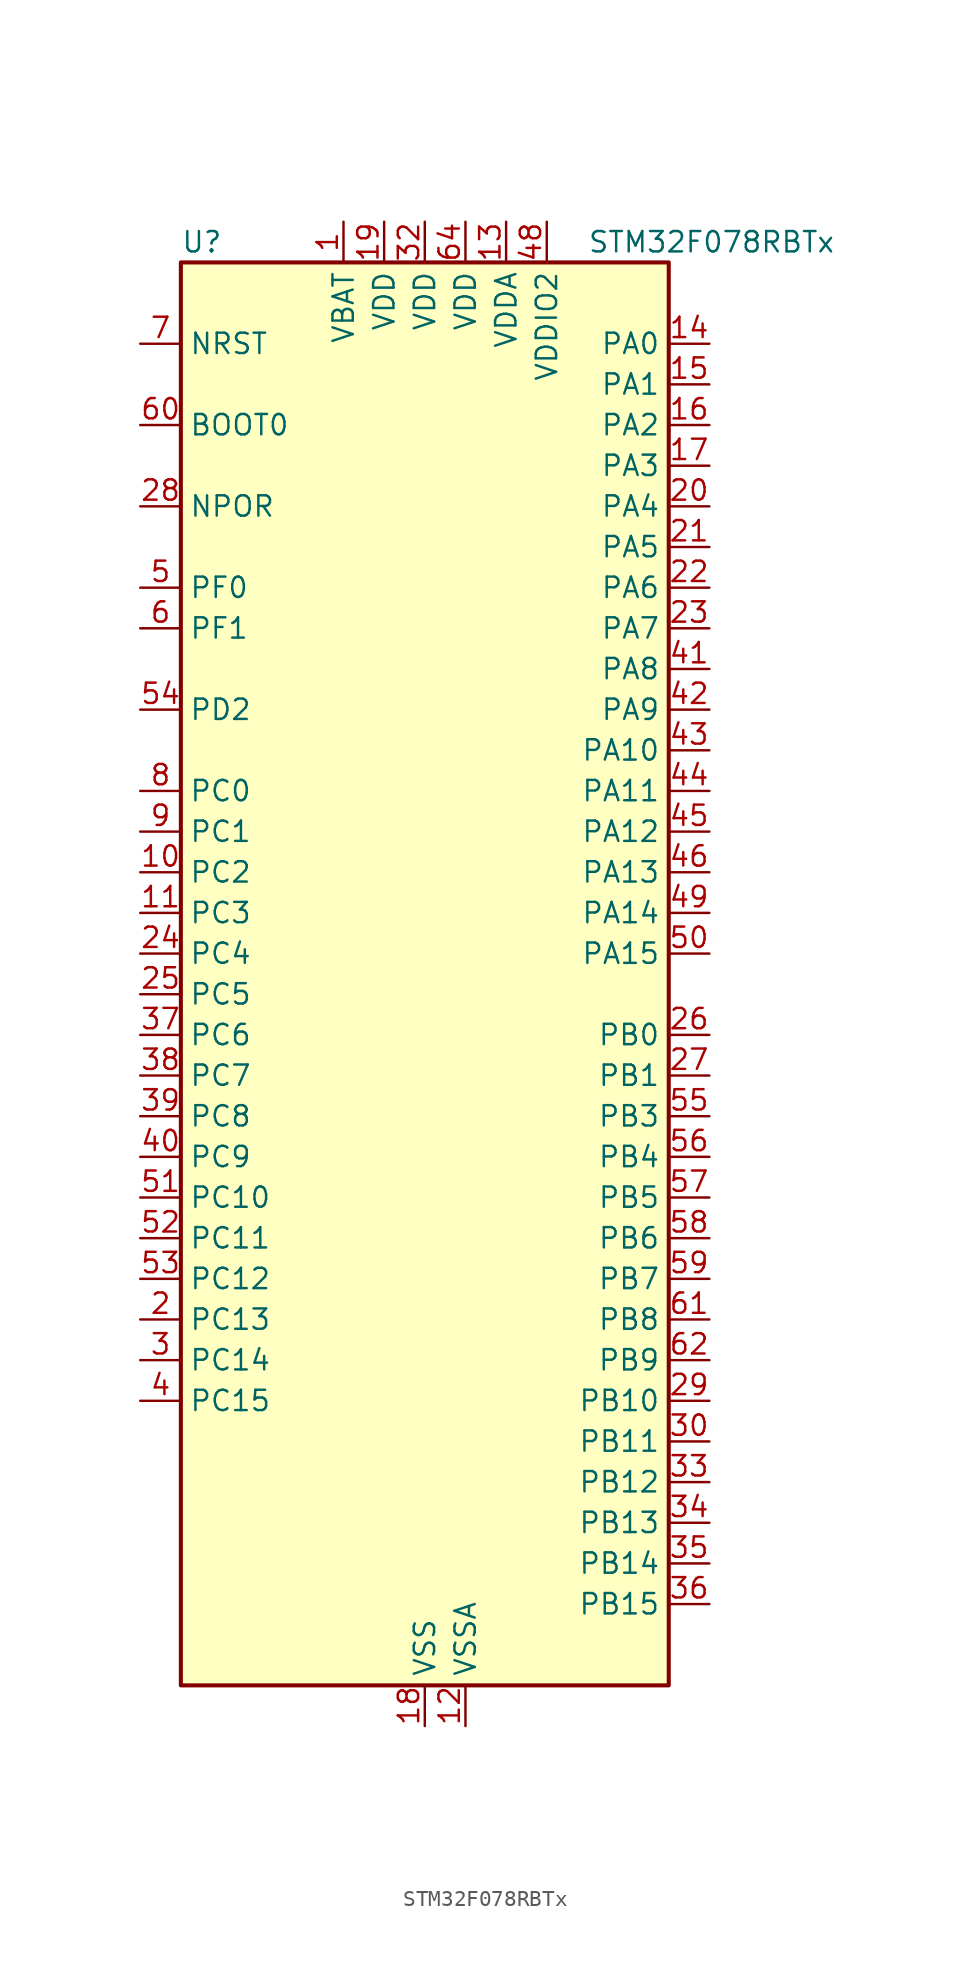
<source format=kicad_sym>
(kicad_symbol_lib
  (version 20241209)
  (generator "kicad_symbol_editor")
  (generator_version "9.0")
  (symbol "STM32F078RBTx"
    (property "Reference" "U"
      (at -15.24 46.99 0)
      (effects (font (size 1.27 1.27)) (justify left)))
    (property "Value" "STM32F078RBTx"
      (at 10.16 46.99 0)
      (effects (font (size 1.27 1.27)) (justify left)))
    (symbol "STM32F078RBTx_0_1"
      (rectangle (start -15.24 -43.18) (end 15.24 45.72) (stroke (width 0.254) (type default)) (fill (type background))))
    (symbol "STM32F078RBTx_1_1"
      (pin input line (at -17.78 40.64 0) (length 2.54) (name "NRST" (effects (font (size 1.27 1.27)))) (number "7" (effects (font (size 1.27 1.27)))))
      (pin input line (at -17.78 35.56 0) (length 2.54) (name "BOOT0" (effects (font (size 1.27 1.27)))) (number "60" (effects (font (size 1.27 1.27)))))
      (pin input line (at -17.78 30.48 0) (length 2.54) (name "NPOR" (effects (font (size 1.27 1.27)))) (number "28" (effects (font (size 1.27 1.27)))))
      (pin bidirectional line (at -17.78 25.4 0) (length 2.54) (name "PF0" (effects (font (size 1.27 1.27)))) (number "5" (effects (font (size 1.27 1.27)))) (alternate "CRS_SYNC" bidirectional line) (alternate "RCC_OSC_IN" bidirectional line))
      (pin bidirectional line (at -17.78 22.86 0) (length 2.54) (name "PF1" (effects (font (size 1.27 1.27)))) (number "6" (effects (font (size 1.27 1.27)))) (alternate "RCC_OSC_OUT" bidirectional line))
      (pin bidirectional line (at -17.78 17.78 0) (length 2.54) (name "PD2" (effects (font (size 1.27 1.27)))) (number "54" (effects (font (size 1.27 1.27)))) (alternate "TIM3_ETR" bidirectional line) (alternate "USART3_DE" bidirectional line) (alternate "USART3_RTS" bidirectional line))
      (pin bidirectional line (at -17.78 12.7 0) (length 2.54) (name "PC0" (effects (font (size 1.27 1.27)))) (number "8" (effects (font (size 1.27 1.27)))) (alternate "ADC_IN10" bidirectional line))
      (pin bidirectional line (at -17.78 10.16 0) (length 2.54) (name "PC1" (effects (font (size 1.27 1.27)))) (number "9" (effects (font (size 1.27 1.27)))) (alternate "ADC_IN11" bidirectional line))
      (pin bidirectional line (at -17.78 7.62 0) (length 2.54) (name "PC2" (effects (font (size 1.27 1.27)))) (number "10" (effects (font (size 1.27 1.27)))) (alternate "ADC_IN12" bidirectional line) (alternate "I2S2_MCK" bidirectional line) (alternate "SPI2_MISO" bidirectional line))
      (pin bidirectional line (at -17.78 5.08 0) (length 2.54) (name "PC3" (effects (font (size 1.27 1.27)))) (number "11" (effects (font (size 1.27 1.27)))) (alternate "ADC_IN13" bidirectional line) (alternate "I2S2_SD" bidirectional line) (alternate "SPI2_MOSI" bidirectional line))
      (pin bidirectional line (at -17.78 2.54 0) (length 2.54) (name "PC4" (effects (font (size 1.27 1.27)))) (number "24" (effects (font (size 1.27 1.27)))) (alternate "ADC_IN14" bidirectional line) (alternate "USART3_TX" bidirectional line))
      (pin bidirectional line (at -17.78 0 0) (length 2.54) (name "PC5" (effects (font (size 1.27 1.27)))) (number "25" (effects (font (size 1.27 1.27)))) (alternate "ADC_IN15" bidirectional line) (alternate "SYS_WKUP5" bidirectional line) (alternate "TSC_G3_IO1" bidirectional line) (alternate "USART3_RX" bidirectional line))
      (pin bidirectional line (at -17.78 -2.54 0) (length 2.54) (name "PC6" (effects (font (size 1.27 1.27)))) (number "37" (effects (font (size 1.27 1.27)))) (alternate "TIM3_CH1" bidirectional line))
      (pin bidirectional line (at -17.78 -5.08 0) (length 2.54) (name "PC7" (effects (font (size 1.27 1.27)))) (number "38" (effects (font (size 1.27 1.27)))) (alternate "TIM3_CH2" bidirectional line))
      (pin bidirectional line (at -17.78 -7.62 0) (length 2.54) (name "PC8" (effects (font (size 1.27 1.27)))) (number "39" (effects (font (size 1.27 1.27)))) (alternate "TIM3_CH3" bidirectional line))
      (pin bidirectional line (at -17.78 -10.16 0) (length 2.54) (name "PC9" (effects (font (size 1.27 1.27)))) (number "40" (effects (font (size 1.27 1.27)))) (alternate "DAC_EXTI9" bidirectional line) (alternate "TIM3_CH4" bidirectional line))
      (pin bidirectional line (at -17.78 -12.7 0) (length 2.54) (name "PC10" (effects (font (size 1.27 1.27)))) (number "51" (effects (font (size 1.27 1.27)))) (alternate "USART3_TX" bidirectional line) (alternate "USART4_TX" bidirectional line))
      (pin bidirectional line (at -17.78 -15.24 0) (length 2.54) (name "PC11" (effects (font (size 1.27 1.27)))) (number "52" (effects (font (size 1.27 1.27)))) (alternate "USART3_RX" bidirectional line) (alternate "USART4_RX" bidirectional line))
      (pin bidirectional line (at -17.78 -17.78 0) (length 2.54) (name "PC12" (effects (font (size 1.27 1.27)))) (number "53" (effects (font (size 1.27 1.27)))) (alternate "USART3_CK" bidirectional line) (alternate "USART4_CK" bidirectional line))
      (pin bidirectional line (at -17.78 -20.32 0) (length 2.54) (name "PC13" (effects (font (size 1.27 1.27)))) (number "2" (effects (font (size 1.27 1.27)))) (alternate "RTC_OUT_ALARM" bidirectional line) (alternate "RTC_OUT_CALIB" bidirectional line) (alternate "RTC_TAMP1" bidirectional line) (alternate "RTC_TS" bidirectional line) (alternate "SYS_WKUP2" bidirectional line))
      (pin bidirectional line (at -17.78 -22.86 0) (length 2.54) (name "PC14" (effects (font (size 1.27 1.27)))) (number "3" (effects (font (size 1.27 1.27)))) (alternate "RCC_OSC32_IN" bidirectional line))
      (pin bidirectional line (at -17.78 -25.4 0) (length 2.54) (name "PC15" (effects (font (size 1.27 1.27)))) (number "4" (effects (font (size 1.27 1.27)))) (alternate "RCC_OSC32_OUT" bidirectional line))
      (pin power_in line (at -5.08 48.26 270) (length 2.54) (name "VBAT" (effects (font (size 1.27 1.27)))) (number "1" (effects (font (size 1.27 1.27)))))
      (pin power_in line (at -2.54 48.26 270) (length 2.54) (name "VDD" (effects (font (size 1.27 1.27)))) (number "19" (effects (font (size 1.27 1.27)))))
      (pin power_in line (at 0 48.26 270) (length 2.54) (name "VDD" (effects (font (size 1.27 1.27)))) (number "32" (effects (font (size 1.27 1.27)))))
      (pin power_in line (at 0 -45.72 90) (length 2.54) (name "VSS" (effects (font (size 1.27 1.27)))) (number "18" (effects (font (size 1.27 1.27)))))
      (pin passive line (at 0 -45.72 90) (length 2.54) (hide yes) (name "VSS" (effects (font (size 1.27 1.27)))) (number "31" (effects (font (size 1.27 1.27)))))
      (pin passive line (at 0 -45.72 90) (length 2.54) (hide yes) (name "VSS" (effects (font (size 1.27 1.27)))) (number "47" (effects (font (size 1.27 1.27)))))
      (pin passive line (at 0 -45.72 90) (length 2.54) (hide yes) (name "VSS" (effects (font (size 1.27 1.27)))) (number "63" (effects (font (size 1.27 1.27)))))
      (pin power_in line (at 2.54 48.26 270) (length 2.54) (name "VDD" (effects (font (size 1.27 1.27)))) (number "64" (effects (font (size 1.27 1.27)))))
      (pin power_in line (at 2.54 -45.72 90) (length 2.54) (name "VSSA" (effects (font (size 1.27 1.27)))) (number "12" (effects (font (size 1.27 1.27)))))
      (pin power_in line (at 5.08 48.26 270) (length 2.54) (name "VDDA" (effects (font (size 1.27 1.27)))) (number "13" (effects (font (size 1.27 1.27)))))
      (pin power_in line (at 7.62 48.26 270) (length 2.54) (name "VDDIO2" (effects (font (size 1.27 1.27)))) (number "48" (effects (font (size 1.27 1.27)))))
      (pin bidirectional line (at 17.78 40.64 180) (length 2.54) (name "PA0" (effects (font (size 1.27 1.27)))) (number "14" (effects (font (size 1.27 1.27)))) (alternate "ADC_IN0" bidirectional line) (alternate "COMP1_INM" bidirectional line) (alternate "COMP1_OUT" bidirectional line) (alternate "RTC_TAMP2" bidirectional line) (alternate "SYS_WKUP1" bidirectional line) (alternate "TIM2_CH1" bidirectional line) (alternate "TIM2_ETR" bidirectional line) (alternate "TSC_G1_IO1" bidirectional line) (alternate "USART2_CTS" bidirectional line) (alternate "USART4_TX" bidirectional line))
      (pin bidirectional line (at 17.78 38.1 180) (length 2.54) (name "PA1" (effects (font (size 1.27 1.27)))) (number "15" (effects (font (size 1.27 1.27)))) (alternate "ADC_IN1" bidirectional line) (alternate "COMP1_INP" bidirectional line) (alternate "TIM15_CH1N" bidirectional line) (alternate "TIM2_CH2" bidirectional line) (alternate "TSC_G1_IO2" bidirectional line) (alternate "USART2_DE" bidirectional line) (alternate "USART2_RTS" bidirectional line) (alternate "USART4_RX" bidirectional line))
      (pin bidirectional line (at 17.78 35.56 180) (length 2.54) (name "PA2" (effects (font (size 1.27 1.27)))) (number "16" (effects (font (size 1.27 1.27)))) (alternate "ADC_IN2" bidirectional line) (alternate "COMP2_INM" bidirectional line) (alternate "COMP2_OUT" bidirectional line) (alternate "SYS_WKUP4" bidirectional line) (alternate "TIM15_CH1" bidirectional line) (alternate "TIM2_CH3" bidirectional line) (alternate "TSC_G1_IO3" bidirectional line) (alternate "USART2_TX" bidirectional line))
      (pin bidirectional line (at 17.78 33.02 180) (length 2.54) (name "PA3" (effects (font (size 1.27 1.27)))) (number "17" (effects (font (size 1.27 1.27)))) (alternate "ADC_IN3" bidirectional line) (alternate "COMP2_INP" bidirectional line) (alternate "TIM15_CH2" bidirectional line) (alternate "TIM2_CH4" bidirectional line) (alternate "TSC_G1_IO4" bidirectional line) (alternate "USART2_RX" bidirectional line))
      (pin bidirectional line (at 17.78 30.48 180) (length 2.54) (name "PA4" (effects (font (size 1.27 1.27)))) (number "20" (effects (font (size 1.27 1.27)))) (alternate "ADC_IN4" bidirectional line) (alternate "COMP1_INM" bidirectional line) (alternate "COMP2_INM" bidirectional line) (alternate "DAC_OUT1" bidirectional line) (alternate "I2S1_WS" bidirectional line) (alternate "SPI1_NSS" bidirectional line) (alternate "TIM14_CH1" bidirectional line) (alternate "TSC_G2_IO1" bidirectional line) (alternate "USART2_CK" bidirectional line))
      (pin bidirectional line (at 17.78 27.94 180) (length 2.54) (name "PA5" (effects (font (size 1.27 1.27)))) (number "21" (effects (font (size 1.27 1.27)))) (alternate "ADC_IN5" bidirectional line) (alternate "CEC" bidirectional line) (alternate "COMP1_INM" bidirectional line) (alternate "COMP2_INM" bidirectional line) (alternate "DAC_OUT2" bidirectional line) (alternate "I2S1_CK" bidirectional line) (alternate "SPI1_SCK" bidirectional line) (alternate "TIM2_CH1" bidirectional line) (alternate "TIM2_ETR" bidirectional line) (alternate "TSC_G2_IO2" bidirectional line))
      (pin bidirectional line (at 17.78 25.4 180) (length 2.54) (name "PA6" (effects (font (size 1.27 1.27)))) (number "22" (effects (font (size 1.27 1.27)))) (alternate "ADC_IN6" bidirectional line) (alternate "COMP1_OUT" bidirectional line) (alternate "I2S1_MCK" bidirectional line) (alternate "SPI1_MISO" bidirectional line) (alternate "TIM16_CH1" bidirectional line) (alternate "TIM1_BKIN" bidirectional line) (alternate "TIM3_CH1" bidirectional line) (alternate "TSC_G2_IO3" bidirectional line) (alternate "USART3_CTS" bidirectional line))
      (pin bidirectional line (at 17.78 22.86 180) (length 2.54) (name "PA7" (effects (font (size 1.27 1.27)))) (number "23" (effects (font (size 1.27 1.27)))) (alternate "ADC_IN7" bidirectional line) (alternate "COMP2_OUT" bidirectional line) (alternate "I2S1_SD" bidirectional line) (alternate "SPI1_MOSI" bidirectional line) (alternate "TIM14_CH1" bidirectional line) (alternate "TIM17_CH1" bidirectional line) (alternate "TIM1_CH1N" bidirectional line) (alternate "TIM3_CH2" bidirectional line) (alternate "TSC_G2_IO4" bidirectional line))
      (pin bidirectional line (at 17.78 20.32 180) (length 2.54) (name "PA8" (effects (font (size 1.27 1.27)))) (number "41" (effects (font (size 1.27 1.27)))) (alternate "CRS_SYNC" bidirectional line) (alternate "RCC_MCO" bidirectional line) (alternate "TIM1_CH1" bidirectional line) (alternate "USART1_CK" bidirectional line))
      (pin bidirectional line (at 17.78 17.78 180) (length 2.54) (name "PA9" (effects (font (size 1.27 1.27)))) (number "42" (effects (font (size 1.27 1.27)))) (alternate "DAC_EXTI9" bidirectional line) (alternate "TIM15_BKIN" bidirectional line) (alternate "TIM1_CH2" bidirectional line) (alternate "TSC_G4_IO1" bidirectional line) (alternate "USART1_TX" bidirectional line))
      (pin bidirectional line (at 17.78 15.24 180) (length 2.54) (name "PA10" (effects (font (size 1.27 1.27)))) (number "43" (effects (font (size 1.27 1.27)))) (alternate "TIM17_BKIN" bidirectional line) (alternate "TIM1_CH3" bidirectional line) (alternate "TSC_G4_IO2" bidirectional line) (alternate "USART1_RX" bidirectional line))
      (pin bidirectional line (at 17.78 12.7 180) (length 2.54) (name "PA11" (effects (font (size 1.27 1.27)))) (number "44" (effects (font (size 1.27 1.27)))) (alternate "COMP1_OUT" bidirectional line) (alternate "TIM1_CH4" bidirectional line) (alternate "TSC_G4_IO3" bidirectional line) (alternate "USART1_CTS" bidirectional line) (alternate "USB_DM" bidirectional line))
      (pin bidirectional line (at 17.78 10.16 180) (length 2.54) (name "PA12" (effects (font (size 1.27 1.27)))) (number "45" (effects (font (size 1.27 1.27)))) (alternate "COMP2_OUT" bidirectional line) (alternate "TIM1_ETR" bidirectional line) (alternate "TSC_G4_IO4" bidirectional line) (alternate "USART1_DE" bidirectional line) (alternate "USART1_RTS" bidirectional line) (alternate "USB_DP" bidirectional line))
      (pin bidirectional line (at 17.78 7.62 180) (length 2.54) (name "PA13" (effects (font (size 1.27 1.27)))) (number "46" (effects (font (size 1.27 1.27)))) (alternate "IR_OUT" bidirectional line) (alternate "SYS_SWDIO" bidirectional line) (alternate "USB_NOE" bidirectional line))
      (pin bidirectional line (at 17.78 5.08 180) (length 2.54) (name "PA14" (effects (font (size 1.27 1.27)))) (number "49" (effects (font (size 1.27 1.27)))) (alternate "SYS_SWCLK" bidirectional line) (alternate "USART2_TX" bidirectional line))
      (pin bidirectional line (at 17.78 2.54 180) (length 2.54) (name "PA15" (effects (font (size 1.27 1.27)))) (number "50" (effects (font (size 1.27 1.27)))) (alternate "I2S1_WS" bidirectional line) (alternate "SPI1_NSS" bidirectional line) (alternate "TIM2_CH1" bidirectional line) (alternate "TIM2_ETR" bidirectional line) (alternate "USART2_RX" bidirectional line) (alternate "USART4_DE" bidirectional line) (alternate "USART4_RTS" bidirectional line))
      (pin bidirectional line (at 17.78 -2.54 180) (length 2.54) (name "PB0" (effects (font (size 1.27 1.27)))) (number "26" (effects (font (size 1.27 1.27)))) (alternate "ADC_IN8" bidirectional line) (alternate "TIM1_CH2N" bidirectional line) (alternate "TIM3_CH3" bidirectional line) (alternate "TSC_G3_IO2" bidirectional line) (alternate "USART3_CK" bidirectional line))
      (pin bidirectional line (at 17.78 -5.08 180) (length 2.54) (name "PB1" (effects (font (size 1.27 1.27)))) (number "27" (effects (font (size 1.27 1.27)))) (alternate "ADC_IN9" bidirectional line) (alternate "TIM14_CH1" bidirectional line) (alternate "TIM1_CH3N" bidirectional line) (alternate "TIM3_CH4" bidirectional line) (alternate "TSC_G3_IO3" bidirectional line) (alternate "USART3_DE" bidirectional line) (alternate "USART3_RTS" bidirectional line))
      (pin bidirectional line (at 17.78 -7.62 180) (length 2.54) (name "PB3" (effects (font (size 1.27 1.27)))) (number "55" (effects (font (size 1.27 1.27)))) (alternate "I2S1_CK" bidirectional line) (alternate "SPI1_SCK" bidirectional line) (alternate "TIM2_CH2" bidirectional line) (alternate "TSC_G5_IO1" bidirectional line))
      (pin bidirectional line (at 17.78 -10.16 180) (length 2.54) (name "PB4" (effects (font (size 1.27 1.27)))) (number "56" (effects (font (size 1.27 1.27)))) (alternate "I2S1_MCK" bidirectional line) (alternate "SPI1_MISO" bidirectional line) (alternate "TIM17_BKIN" bidirectional line) (alternate "TIM3_CH1" bidirectional line) (alternate "TSC_G5_IO2" bidirectional line))
      (pin bidirectional line (at 17.78 -12.7 180) (length 2.54) (name "PB5" (effects (font (size 1.27 1.27)))) (number "57" (effects (font (size 1.27 1.27)))) (alternate "I2C1_SMBA" bidirectional line) (alternate "I2S1_SD" bidirectional line) (alternate "SPI1_MOSI" bidirectional line) (alternate "SYS_WKUP6" bidirectional line) (alternate "TIM16_BKIN" bidirectional line) (alternate "TIM3_CH2" bidirectional line))
      (pin bidirectional line (at 17.78 -15.24 180) (length 2.54) (name "PB6" (effects (font (size 1.27 1.27)))) (number "58" (effects (font (size 1.27 1.27)))) (alternate "I2C1_SCL" bidirectional line) (alternate "TIM16_CH1N" bidirectional line) (alternate "TSC_G5_IO3" bidirectional line) (alternate "USART1_TX" bidirectional line))
      (pin bidirectional line (at 17.78 -17.78 180) (length 2.54) (name "PB7" (effects (font (size 1.27 1.27)))) (number "59" (effects (font (size 1.27 1.27)))) (alternate "I2C1_SDA" bidirectional line) (alternate "TIM17_CH1N" bidirectional line) (alternate "TSC_G5_IO4" bidirectional line) (alternate "USART1_RX" bidirectional line) (alternate "USART4_CTS" bidirectional line))
      (pin bidirectional line (at 17.78 -20.32 180) (length 2.54) (name "PB8" (effects (font (size 1.27 1.27)))) (number "61" (effects (font (size 1.27 1.27)))) (alternate "CEC" bidirectional line) (alternate "I2C1_SCL" bidirectional line) (alternate "TIM16_CH1" bidirectional line) (alternate "TSC_SYNC" bidirectional line))
      (pin bidirectional line (at 17.78 -22.86 180) (length 2.54) (name "PB9" (effects (font (size 1.27 1.27)))) (number "62" (effects (font (size 1.27 1.27)))) (alternate "DAC_EXTI9" bidirectional line) (alternate "I2C1_SDA" bidirectional line) (alternate "I2S2_WS" bidirectional line) (alternate "IR_OUT" bidirectional line) (alternate "SPI2_NSS" bidirectional line) (alternate "TIM17_CH1" bidirectional line))
      (pin bidirectional line (at 17.78 -25.4 180) (length 2.54) (name "PB10" (effects (font (size 1.27 1.27)))) (number "29" (effects (font (size 1.27 1.27)))) (alternate "CEC" bidirectional line) (alternate "I2C2_SCL" bidirectional line) (alternate "I2S2_CK" bidirectional line) (alternate "SPI2_SCK" bidirectional line) (alternate "TIM2_CH3" bidirectional line) (alternate "TSC_SYNC" bidirectional line) (alternate "USART3_TX" bidirectional line))
      (pin bidirectional line (at 17.78 -27.94 180) (length 2.54) (name "PB11" (effects (font (size 1.27 1.27)))) (number "30" (effects (font (size 1.27 1.27)))) (alternate "I2C2_SDA" bidirectional line) (alternate "TIM2_CH4" bidirectional line) (alternate "TSC_G6_IO1" bidirectional line) (alternate "USART3_RX" bidirectional line))
      (pin bidirectional line (at 17.78 -30.48 180) (length 2.54) (name "PB12" (effects (font (size 1.27 1.27)))) (number "33" (effects (font (size 1.27 1.27)))) (alternate "I2S2_WS" bidirectional line) (alternate "SPI2_NSS" bidirectional line) (alternate "TIM15_BKIN" bidirectional line) (alternate "TIM1_BKIN" bidirectional line) (alternate "TSC_G6_IO2" bidirectional line) (alternate "USART3_CK" bidirectional line))
      (pin bidirectional line (at 17.78 -33.02 180) (length 2.54) (name "PB13" (effects (font (size 1.27 1.27)))) (number "34" (effects (font (size 1.27 1.27)))) (alternate "I2C2_SCL" bidirectional line) (alternate "I2S2_CK" bidirectional line) (alternate "SPI2_SCK" bidirectional line) (alternate "TIM1_CH1N" bidirectional line) (alternate "TSC_G6_IO3" bidirectional line) (alternate "USART3_CTS" bidirectional line))
      (pin bidirectional line (at 17.78 -35.56 180) (length 2.54) (name "PB14" (effects (font (size 1.27 1.27)))) (number "35" (effects (font (size 1.27 1.27)))) (alternate "I2C2_SDA" bidirectional line) (alternate "I2S2_MCK" bidirectional line) (alternate "SPI2_MISO" bidirectional line) (alternate "TIM15_CH1" bidirectional line) (alternate "TIM1_CH2N" bidirectional line) (alternate "TSC_G6_IO4" bidirectional line) (alternate "USART3_DE" bidirectional line) (alternate "USART3_RTS" bidirectional line))
      (pin bidirectional line (at 17.78 -38.1 180) (length 2.54) (name "PB15" (effects (font (size 1.27 1.27)))) (number "36" (effects (font (size 1.27 1.27)))) (alternate "I2S2_SD" bidirectional line) (alternate "RTC_REFIN" bidirectional line) (alternate "SPI2_MOSI" bidirectional line) (alternate "SYS_WKUP7" bidirectional line) (alternate "TIM15_CH1N" bidirectional line) (alternate "TIM15_CH2" bidirectional line) (alternate "TIM1_CH3N" bidirectional line)))))
</source>
